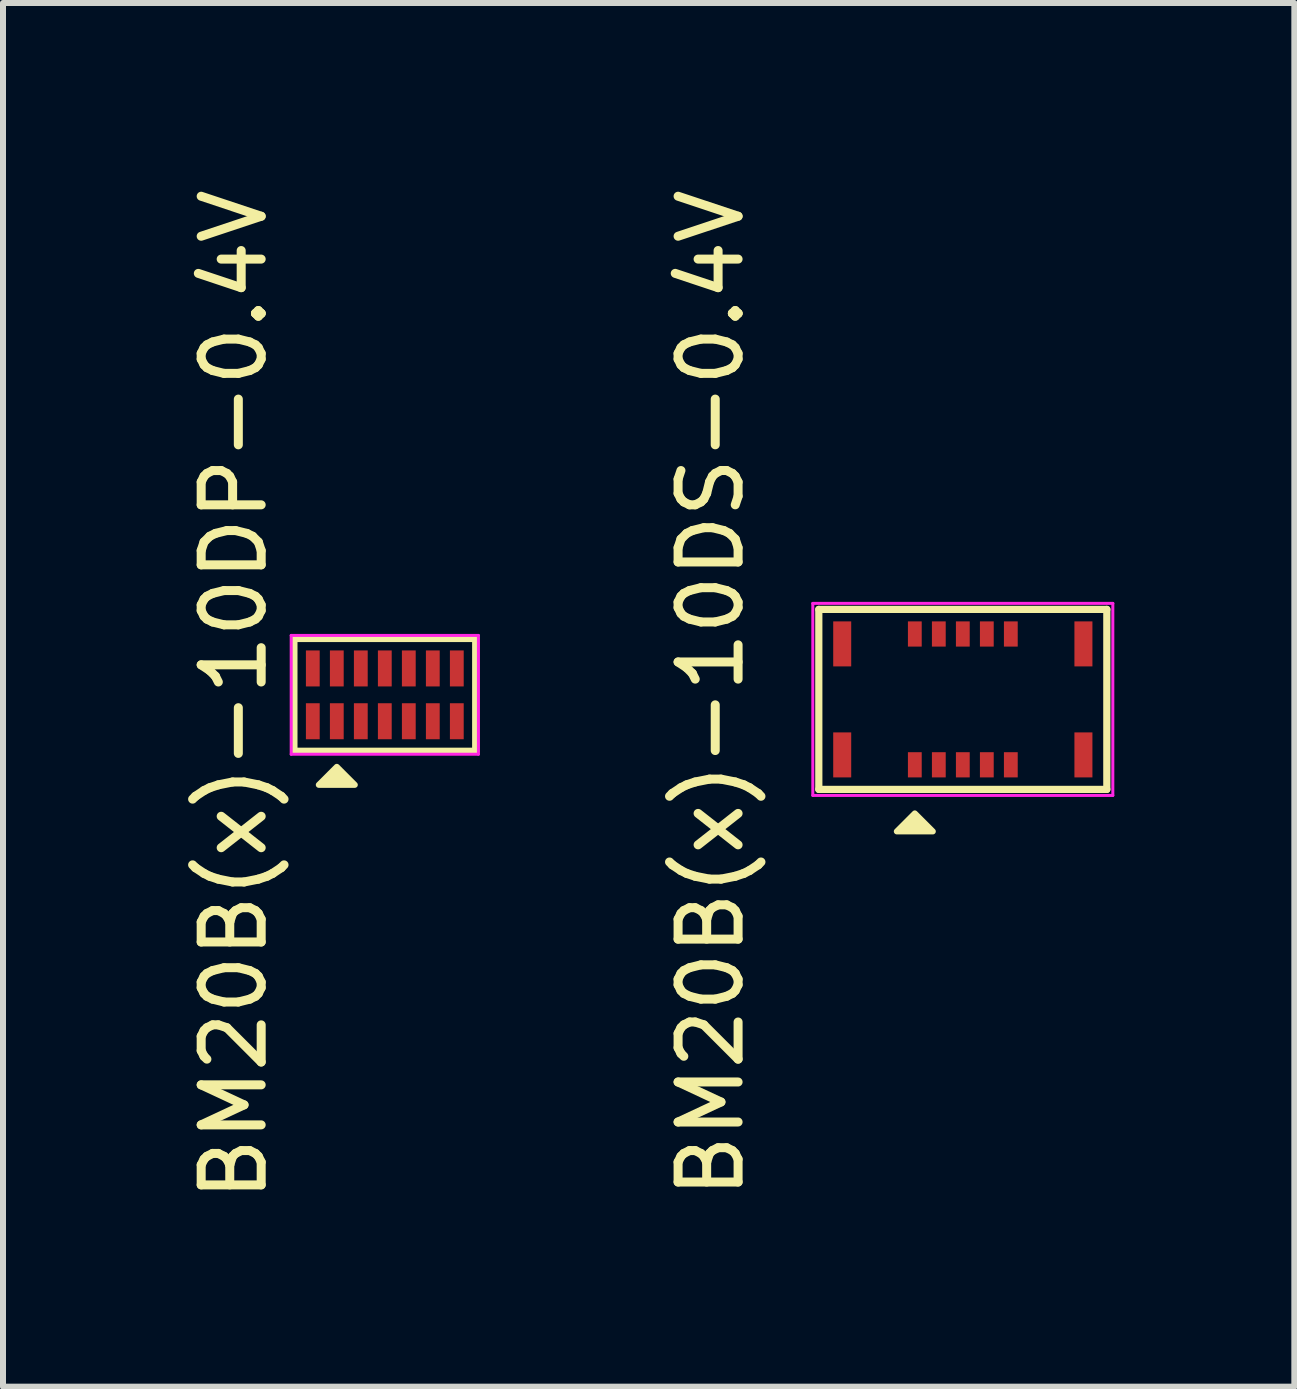
<source format=kicad_pcb>
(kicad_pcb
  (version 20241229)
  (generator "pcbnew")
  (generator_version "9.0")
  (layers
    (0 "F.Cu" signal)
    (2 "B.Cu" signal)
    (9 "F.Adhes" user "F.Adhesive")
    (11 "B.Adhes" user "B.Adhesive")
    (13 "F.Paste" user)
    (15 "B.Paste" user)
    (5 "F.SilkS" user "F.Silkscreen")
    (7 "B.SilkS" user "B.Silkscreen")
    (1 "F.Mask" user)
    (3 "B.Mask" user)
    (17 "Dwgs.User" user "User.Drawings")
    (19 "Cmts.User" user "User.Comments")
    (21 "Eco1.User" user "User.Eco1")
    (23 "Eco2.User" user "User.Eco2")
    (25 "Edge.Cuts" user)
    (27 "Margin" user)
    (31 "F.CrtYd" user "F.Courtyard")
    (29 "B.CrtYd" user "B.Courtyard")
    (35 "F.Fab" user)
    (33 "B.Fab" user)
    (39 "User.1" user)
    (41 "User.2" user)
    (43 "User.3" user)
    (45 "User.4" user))
  (footprint "BM20B(x)-10DP-0.4V"
    (layer "F.Cu")
    (at 3.363 8.53)
    (property "Reference" "BM20B(x)-10DP-0.4V" (at -2.515 0 90) (layer "F.SilkS") (effects (font (size 1 1) (thickness 0.15))))
    (attr smd)
    (fp_line (start -1.515 -0.94) (end 1.515 -0.94) (stroke (width 0.12) (type default)) (layer "F.SilkS"))
    (fp_line (start -1.515 0.94) (end -1.515 -0.94) (stroke (width 0.12) (type default)) (layer "F.SilkS"))
    (fp_line (start 1.515 -0.94) (end 1.515 0.94) (stroke (width 0.12) (type default)) (layer "F.SilkS"))
    (fp_line (start 1.515 0.94) (end -1.515 0.94) (stroke (width 0.12) (type default)) (layer "F.SilkS"))
    (fp_poly (pts (xy -0.8 1.2) (xy -1.1 1.5) (xy -0.5 1.5)) (stroke (width 0.1) (type solid)) (fill yes) (layer "F.SilkS"))
    (fp_line (start -1.56 -0.99) (end 1.56 -0.99) (stroke (width 0.05) (type default)) (layer "F.CrtYd"))
    (fp_line (start -1.56 0.99) (end -1.56 -0.99) (stroke (width 0.05) (type default)) (layer "F.CrtYd"))
    (fp_line (start 1.56 -0.99) (end 1.56 0.99) (stroke (width 0.05) (type default)) (layer "F.CrtYd"))
    (fp_line (start 1.56 0.99) (end -1.56 0.99) (stroke (width 0.05) (type default)) (layer "F.CrtYd"))
    (pad "1" smd rect (at -0.8 0.44) (size 0.23 0.6) (layers "F.Cu" "F.Mask" "F.Paste"))
    (pad "2" smd rect (at -0.4 0.44) (size 0.23 0.6) (layers "F.Cu" "F.Mask" "F.Paste"))
    (pad "3" smd rect (at 0 0.44) (size 0.23 0.6) (layers "F.Cu" "F.Mask" "F.Paste"))
    (pad "4" smd rect (at 0.4 0.44) (size 0.23 0.6) (layers "F.Cu" "F.Mask" "F.Paste"))
    (pad "5" smd rect (at 0.8 0.44) (size 0.23 0.6) (layers "F.Cu" "F.Mask" "F.Paste"))
    (pad "6" smd rect (at 0.8 -0.44) (size 0.23 0.6) (layers "F.Cu" "F.Mask" "F.Paste"))
    (pad "7" smd rect (at 0.4 -0.44) (size 0.23 0.6) (layers "F.Cu" "F.Mask" "F.Paste"))
    (pad "8" smd rect (at 0 -0.44) (size 0.23 0.6) (layers "F.Cu" "F.Mask" "F.Paste"))
    (pad "9" smd rect (at -0.4 -0.44) (size 0.23 0.6) (layers "F.Cu" "F.Mask" "F.Paste"))
    (pad "10" smd rect (at -0.8 -0.44) (size 0.23 0.6) (layers "F.Cu" "F.Mask" "F.Paste"))
    (pad "MP" smd rect (at -1.2 -0.44) (size 0.23 0.6) (layers "F.Cu" "F.Mask" "F.Paste"))
    (pad "MP" smd rect (at -1.2 0.44) (size 0.23 0.6) (layers "F.Cu" "F.Mask" "F.Paste"))
    (pad "MP" smd rect (at 1.2 -0.44) (size 0.23 0.6) (layers "F.Cu" "F.Mask" "F.Paste"))
    (pad "MP" smd rect (at 1.2 0.44) (size 0.23 0.6) (layers "F.Cu" "F.Mask" "F.Paste")))
  (footprint "BM20B(x)-10DS-0.4V"
    (layer "F.Cu")
    (at 12.996 8.606)
    (property "Reference" "BM20B(x)-10DS-0.4V" (at -4.2 -0.1 90) (layer "F.SilkS") (effects (font (size 1 1) (thickness 0.15))))
    (attr smd)
    (fp_line (start -2.4 -1.5) (end 2.4 -1.5) (stroke (width 0.12) (type default)) (layer "F.SilkS"))
    (fp_line (start -2.4 1.5) (end -2.4 -1.5) (stroke (width 0.12) (type default)) (layer "F.SilkS"))
    (fp_line (start 2.4 -1.5) (end 2.4 1.5) (stroke (width 0.12) (type default)) (layer "F.SilkS"))
    (fp_line (start 2.4 1.5) (end -2.4 1.5) (stroke (width 0.12) (type default)) (layer "F.SilkS"))
    (fp_poly (pts (xy -0.8 1.9) (xy -1.1 2.2) (xy -0.5 2.2)) (stroke (width 0.1) (type solid)) (fill yes) (layer "F.SilkS"))
    (fp_line (start -2.5 -1.6) (end 2.5 -1.6) (stroke (width 0.05) (type default)) (layer "F.CrtYd"))
    (fp_line (start -2.5 1.6) (end -2.5 -1.6) (stroke (width 0.05) (type default)) (layer "F.CrtYd"))
    (fp_line (start 2.5 -1.6) (end 2.5 1.6) (stroke (width 0.05) (type default)) (layer "F.CrtYd"))
    (fp_line (start 2.5 1.6) (end -2.5 1.6) (stroke (width 0.05) (type default)) (layer "F.CrtYd"))
    (pad "1" smd rect (at -0.8 1.09) (size 0.23 0.42) (layers "F.Cu" "F.Mask" "F.Paste"))
    (pad "2" smd rect (at -0.4 1.09) (size 0.23 0.42) (layers "F.Cu" "F.Mask" "F.Paste"))
    (pad "3" smd rect (at 0 1.09) (size 0.23 0.42) (layers "F.Cu" "F.Mask" "F.Paste"))
    (pad "4" smd rect (at 0.4 1.09) (size 0.23 0.42) (layers "F.Cu" "F.Mask" "F.Paste"))
    (pad "5" smd rect (at 0.8 1.09) (size 0.23 0.42) (layers "F.Cu" "F.Mask" "F.Paste"))
    (pad "6" smd rect (at 0.8 -1.09) (size 0.23 0.42) (layers "F.Cu" "F.Mask" "F.Paste"))
    (pad "7" smd rect (at 0.4 -1.09) (size 0.23 0.42) (layers "F.Cu" "F.Mask" "F.Paste"))
    (pad "8" smd rect (at 0 -1.09) (size 0.23 0.42) (layers "F.Cu" "F.Mask" "F.Paste"))
    (pad "9" smd rect (at -0.4 -1.09) (size 0.23 0.42) (layers "F.Cu" "F.Mask" "F.Paste"))
    (pad "10" smd rect (at -0.8 -1.09) (size 0.23 0.42) (layers "F.Cu" "F.Mask" "F.Paste"))
    (pad "MP" smd rect (at -2.01 -0.925) (size 0.3 0.75) (layers "F.Cu" "F.Mask" "F.Paste"))
    (pad "MP" smd rect (at -2.01 0.925) (size 0.3 0.75) (layers "F.Cu" "F.Mask" "F.Paste"))
    (pad "MP" smd rect (at 2.01 -0.925) (size 0.3 0.75) (layers "F.Cu" "F.Mask" "F.Paste"))
    (pad "MP" smd rect (at 2.01 0.925) (size 0.3 0.75) (layers "F.Cu" "F.Mask" "F.Paste")))
  (gr_rect
    (start -3 -3)
    (end 18.521 20.06)
    (stroke (width 0.1) (type default))
    (fill no)
    (layer "Edge.Cuts")))
</source>
